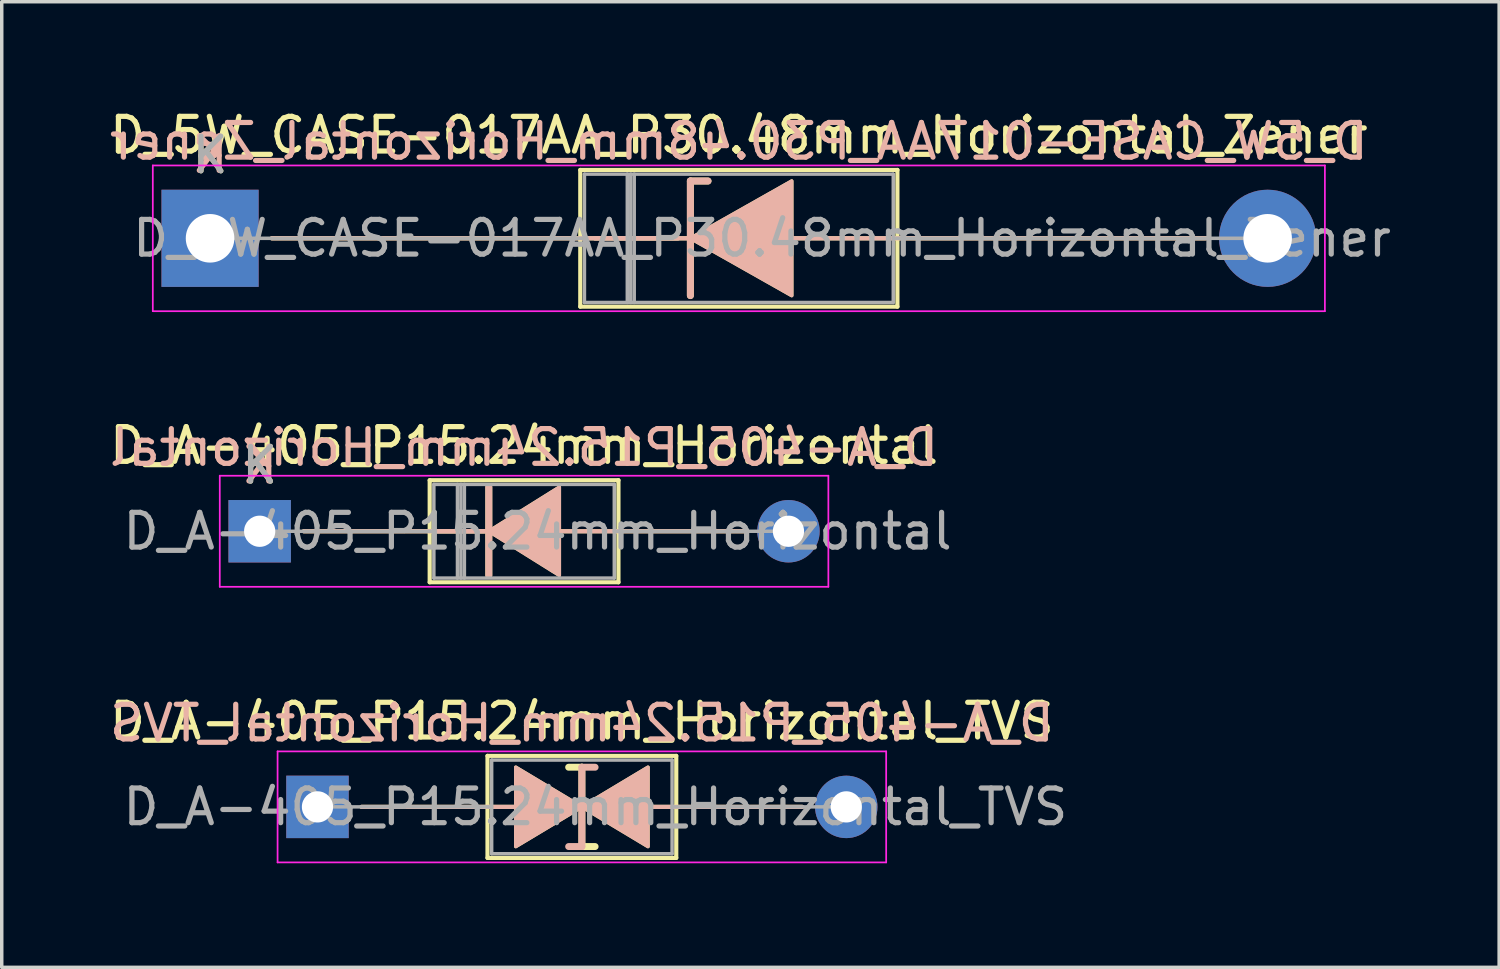
<source format=kicad_pcb>
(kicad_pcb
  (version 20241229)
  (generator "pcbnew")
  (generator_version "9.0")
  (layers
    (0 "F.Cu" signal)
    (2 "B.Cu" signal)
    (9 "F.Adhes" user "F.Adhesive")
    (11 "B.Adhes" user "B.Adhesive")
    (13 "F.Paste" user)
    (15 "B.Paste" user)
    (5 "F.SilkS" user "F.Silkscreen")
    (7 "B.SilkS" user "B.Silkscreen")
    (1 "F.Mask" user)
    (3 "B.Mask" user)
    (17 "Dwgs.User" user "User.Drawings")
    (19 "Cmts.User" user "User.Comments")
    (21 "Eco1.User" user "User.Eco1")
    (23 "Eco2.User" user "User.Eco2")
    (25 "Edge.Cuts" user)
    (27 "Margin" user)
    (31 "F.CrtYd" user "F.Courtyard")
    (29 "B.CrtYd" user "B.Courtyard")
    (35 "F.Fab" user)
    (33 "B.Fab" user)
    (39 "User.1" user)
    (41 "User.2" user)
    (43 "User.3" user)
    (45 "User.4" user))
  (footprint "D_5W_CASE-017AA_P30.48mm_Horizontal_Zener"
    (layer "F.Cu")
    (at 3.004 3.818)
    (property "Reference" "D_5W_CASE-017AA_P30.48mm_Horizontal_Zener" (at 15.24 -2.97 0) (layer "F.SilkS") (effects (font (size 1 1) (thickness 0.15))))
    (fp_line (start 1.778 0) (end 13.843 0) (stroke (width 0.12) (type solid)) (layer "F.SilkS"))
    (fp_line (start 10.67 -1.97) (end 10.67 1.97) (stroke (width 0.12) (type solid)) (layer "F.SilkS"))
    (fp_line (start 10.67 1.97) (end 19.81 1.97) (stroke (width 0.12) (type solid)) (layer "F.SilkS"))
    (fp_line (start 13.49 0) (end 11.09 0) (stroke (width 0.12) (type solid)) (layer "F.SilkS"))
    (fp_line (start 13.843 -1.651) (end 13.843 1.651) (stroke (width 0.2) (type solid)) (layer "F.SilkS"))
    (fp_line (start 13.843 -1.651) (end 14.351 -1.651) (stroke (width 0.2) (type solid)) (layer "F.SilkS"))
    (fp_line (start 19.81 -1.97) (end 10.67 -1.97) (stroke (width 0.12) (type solid)) (layer "F.SilkS"))
    (fp_line (start 19.81 1.97) (end 19.81 -1.97) (stroke (width 0.12) (type solid)) (layer "F.SilkS"))
    (fp_line (start 28.702 0) (end 16.51 0) (stroke (width 0.12) (type solid)) (layer "F.SilkS"))
    (fp_poly (pts (xy 16.764 1.651) (xy 13.843 0) (xy 16.764 -1.651)) (stroke (width 0.1) (type solid)) (fill yes) (layer "F.SilkS"))
    (fp_line (start 1.778 0) (end 13.843 0) (stroke (width 0.12) (type solid)) (layer "B.SilkS"))
    (fp_line (start 13.49 0) (end 11.09 0) (stroke (width 0.12) (type solid)) (layer "B.SilkS"))
    (fp_line (start 13.843 -1.651) (end 14.351 -1.651) (stroke (width 0.2) (type solid)) (layer "B.SilkS"))
    (fp_line (start 13.843 1.651) (end 13.843 -1.651) (stroke (width 0.2) (type solid)) (layer "B.SilkS"))
    (fp_line (start 28.702 0) (end 16.51 0) (stroke (width 0.12) (type solid)) (layer "B.SilkS"))
    (fp_poly (pts (xy 16.764 -1.651) (xy 13.843 0) (xy 16.764 1.651)) (stroke (width 0.1) (type solid)) (fill yes) (layer "B.SilkS"))
    (fp_line (start -1.65 -2.1) (end -1.65 2.1) (stroke (width 0.05) (type solid)) (layer "F.CrtYd"))
    (fp_line (start -1.65 2.1) (end 32.13 2.1) (stroke (width 0.05) (type solid)) (layer "F.CrtYd"))
    (fp_line (start 32.13 -2.1) (end -1.65 -2.1) (stroke (width 0.05) (type solid)) (layer "F.CrtYd"))
    (fp_line (start 32.13 2.1) (end 32.13 -2.1) (stroke (width 0.05) (type solid)) (layer "F.CrtYd"))
    (fp_line (start 0 0) (end 10.79 0) (stroke (width 0.1) (type solid)) (layer "F.Fab"))
    (fp_line (start 10.79 -1.85) (end 10.79 1.85) (stroke (width 0.1) (type solid)) (layer "F.Fab"))
    (fp_line (start 10.79 1.85) (end 19.69 1.85) (stroke (width 0.1) (type solid)) (layer "F.Fab"))
    (fp_line (start 12.025 -1.85) (end 12.025 1.85) (stroke (width 0.1) (type solid)) (layer "F.Fab"))
    (fp_line (start 12.125 -1.85) (end 12.125 1.85) (stroke (width 0.1) (type solid)) (layer "F.Fab"))
    (fp_line (start 12.225 -1.85) (end 12.225 1.85) (stroke (width 0.1) (type solid)) (layer "F.Fab"))
    (fp_line (start 19.69 -1.85) (end 10.79 -1.85) (stroke (width 0.1) (type solid)) (layer "F.Fab"))
    (fp_line (start 19.69 1.85) (end 19.69 -1.85) (stroke (width 0.1) (type solid)) (layer "F.Fab"))
    (fp_line (start 30.48 0) (end 19.69 0) (stroke (width 0.1) (type solid)) (layer "F.Fab"))
    (fp_text user "K" (at 0 -2.4 0) (layer "F.SilkS") (effects (font (size 1 1) (thickness 0.15))))
    (fp_text user "K" (at 0 -2.413 0) (layer "B.SilkS") (effects (font (size 1 1) (thickness 0.15)) (justify mirror)))
    (fp_text user "${REFERENCE}" (at 15.24 -2.794 0) (layer "B.SilkS") (effects (font (size 1 1) (thickness 0.15)) (justify mirror)))
    (fp_text user "${REFERENCE}" (at 15.908 0 0) (layer "F.Fab") (effects (font (size 1 1) (thickness 0.15))))
    (fp_text user "K" (at 0 -2.4 0) (layer "F.Fab") (effects (font (size 1 1) (thickness 0.15))))
    (pad "1" thru_hole rect (at 0 0) (size 2.8 2.8) (drill 1.4) (layers "*.Cu" "*.Mask"))
    (pad "2" thru_hole oval (at 30.48 0) (size 2.8 2.8) (drill 1.4) (layers "*.Cu" "*.Mask")))
  (footprint "D_A-405_P15.24mm_Horizontal"
    (layer "F.Cu")
    (at 4.434 12.261)
    (property "Reference" "D_A-405_P15.24mm_Horizontal" (at 7.62 -2.47 0) (layer "F.SilkS") (effects (font (size 1 1) (thickness 0.15))))
    (fp_line (start 1.27 0) (end 4.9 0) (stroke (width 0.12) (type solid)) (layer "F.SilkS"))
    (fp_line (start 4.9 -1.47) (end 4.9 1.47) (stroke (width 0.12) (type solid)) (layer "F.SilkS"))
    (fp_line (start 4.9 0) (end 6.604 0) (stroke (width 0.12) (type solid)) (layer "F.SilkS"))
    (fp_line (start 4.9 1.47) (end 10.34 1.47) (stroke (width 0.12) (type solid)) (layer "F.SilkS"))
    (fp_line (start 6.47 0) (end 5.07 0) (stroke (width 0.12) (type solid)) (layer "F.SilkS"))
    (fp_line (start 6.604 -1.27) (end 6.604 1.27) (stroke (width 0.2) (type solid)) (layer "F.SilkS"))
    (fp_line (start 10.34 -1.47) (end 4.9 -1.47) (stroke (width 0.12) (type solid)) (layer "F.SilkS"))
    (fp_line (start 10.34 0) (end 8.7 0) (stroke (width 0.12) (type solid)) (layer "F.SilkS"))
    (fp_line (start 10.34 1.47) (end 10.34 -1.47) (stroke (width 0.12) (type solid)) (layer "F.SilkS"))
    (fp_line (start 13.97 0) (end 10.34 0) (stroke (width 0.12) (type solid)) (layer "F.SilkS"))
    (fp_poly (pts (xy 8.636 1.27) (xy 6.604 0) (xy 8.636 -1.27)) (stroke (width 0.1) (type solid)) (fill yes) (layer "F.SilkS"))
    (fp_line (start 1.27 0) (end 4.9 0) (stroke (width 0.12) (type solid)) (layer "B.SilkS"))
    (fp_line (start 4.9 0) (end 6.604 0) (stroke (width 0.12) (type solid)) (layer "B.SilkS"))
    (fp_line (start 6.47 0) (end 5.07 0) (stroke (width 0.12) (type solid)) (layer "B.SilkS"))
    (fp_line (start 6.604 1.27) (end 6.604 -1.27) (stroke (width 0.2) (type solid)) (layer "B.SilkS"))
    (fp_line (start 10.34 0) (end 8.7 0) (stroke (width 0.12) (type solid)) (layer "B.SilkS"))
    (fp_line (start 13.97 0) (end 10.34 0) (stroke (width 0.12) (type solid)) (layer "B.SilkS"))
    (fp_poly (pts (xy 8.636 -1.27) (xy 6.604 0) (xy 8.636 1.27)) (stroke (width 0.1) (type solid)) (fill yes) (layer "B.SilkS"))
    (fp_line (start -1.15 -1.6) (end -1.15 1.6) (stroke (width 0.05) (type solid)) (layer "F.CrtYd"))
    (fp_line (start -1.15 1.6) (end 16.39 1.6) (stroke (width 0.05) (type solid)) (layer "F.CrtYd"))
    (fp_line (start 16.39 -1.6) (end -1.15 -1.6) (stroke (width 0.05) (type solid)) (layer "F.CrtYd"))
    (fp_line (start 16.39 1.6) (end 16.39 -1.6) (stroke (width 0.05) (type solid)) (layer "F.CrtYd"))
    (fp_line (start 0 0) (end 5.02 0) (stroke (width 0.1) (type solid)) (layer "F.Fab"))
    (fp_line (start 5.02 -1.35) (end 5.02 1.35) (stroke (width 0.1) (type solid)) (layer "F.Fab"))
    (fp_line (start 5.02 1.35) (end 10.22 1.35) (stroke (width 0.1) (type solid)) (layer "F.Fab"))
    (fp_line (start 5.7 -1.35) (end 5.7 1.35) (stroke (width 0.1) (type solid)) (layer "F.Fab"))
    (fp_line (start 5.8 -1.35) (end 5.8 1.35) (stroke (width 0.1) (type solid)) (layer "F.Fab"))
    (fp_line (start 5.9 -1.35) (end 5.9 1.35) (stroke (width 0.1) (type solid)) (layer "F.Fab"))
    (fp_line (start 10.22 -1.35) (end 5.02 -1.35) (stroke (width 0.1) (type solid)) (layer "F.Fab"))
    (fp_line (start 10.22 1.35) (end 10.22 -1.35) (stroke (width 0.1) (type solid)) (layer "F.Fab"))
    (fp_line (start 15.24 0) (end 10.22 0) (stroke (width 0.1) (type solid)) (layer "F.Fab"))
    (fp_text user "K" (at 0 -1.9 0) (layer "F.SilkS") (effects (font (size 1 1) (thickness 0.15))))
    (fp_text user "K" (at 0 -1.905 0) (layer "B.SilkS") (effects (font (size 1 1) (thickness 0.15)) (justify mirror)))
    (fp_text user "${REFERENCE}" (at 7.62 -2.413 0) (layer "B.SilkS") (effects (font (size 1 1) (thickness 0.15)) (justify mirror)))
    (fp_text user "${REFERENCE}" (at 8.01 0 0) (layer "F.Fab") (effects (font (size 1 1) (thickness 0.15))))
    (fp_text user "K" (at 0 -1.9 0) (layer "F.Fab") (effects (font (size 1 1) (thickness 0.15))))
    (pad "1" thru_hole rect (at 0 0) (size 1.8 1.8) (drill 0.9) (layers "*.Cu" "*.Mask"))
    (pad "2" thru_hole oval (at 15.24 0) (size 1.8 1.8) (drill 0.9) (layers "*.Cu" "*.Mask")))
  (footprint "D_A-405_P15.24mm_Horizontal_TVS"
    (layer "F.Cu")
    (at 6.1 20.205)
    (property "Reference" "D_A-405_P15.24mm_Horizontal_TVS" (at 7.62 -2.47 0) (layer "F.SilkS") (effects (font (size 1 1) (thickness 0.15))))
    (fp_line (start 1.27 0) (end 4.9 0) (stroke (width 0.12) (type solid)) (layer "F.SilkS"))
    (fp_line (start 4.9 -1.47) (end 4.9 1.47) (stroke (width 0.12) (type solid)) (layer "F.SilkS"))
    (fp_line (start 4.9 0) (end 5.715 0) (stroke (width 0.12) (type solid)) (layer "F.SilkS"))
    (fp_line (start 4.9 1.47) (end 10.34 1.47) (stroke (width 0.12) (type solid)) (layer "F.SilkS"))
    (fp_line (start 7.62 -1.143) (end 7.239 -1.143) (stroke (width 0.2) (type solid)) (layer "F.SilkS"))
    (fp_line (start 7.62 1.143) (end 7.62 -1.143) (stroke (width 0.2) (type solid)) (layer "F.SilkS"))
    (fp_line (start 8.001 1.143) (end 7.62 1.143) (stroke (width 0.2) (type solid)) (layer "F.SilkS"))
    (fp_line (start 10.34 -1.47) (end 4.9 -1.47) (stroke (width 0.12) (type solid)) (layer "F.SilkS"))
    (fp_line (start 10.34 0) (end 9.525 0) (stroke (width 0.12) (type solid)) (layer "F.SilkS"))
    (fp_line (start 10.34 1.47) (end 10.34 -1.47) (stroke (width 0.12) (type solid)) (layer "F.SilkS"))
    (fp_line (start 13.97 0) (end 10.34 0) (stroke (width 0.12) (type solid)) (layer "F.SilkS"))
    (fp_poly (pts (xy 7.62 0) (xy 5.715 1.143) (xy 5.715 -1.143)) (stroke (width 0.1) (type solid)) (fill yes) (layer "F.SilkS"))
    (fp_poly (pts (xy 7.62 0) (xy 9.525 -1.143) (xy 9.525 1.143)) (stroke (width 0.1) (type solid)) (fill yes) (layer "F.SilkS"))
    (fp_line (start 1.27 0) (end 4.9 0) (stroke (width 0.12) (type solid)) (layer "B.SilkS"))
    (fp_line (start 4.9 0) (end 5.715 0) (stroke (width 0.12) (type solid)) (layer "B.SilkS"))
    (fp_line (start 7.62 -1.143) (end 7.62 1.143) (stroke (width 0.2) (type solid)) (layer "B.SilkS"))
    (fp_line (start 7.62 1.143) (end 7.239 1.143) (stroke (width 0.2) (type solid)) (layer "B.SilkS"))
    (fp_line (start 8.001 -1.143) (end 7.62 -1.143) (stroke (width 0.2) (type solid)) (layer "B.SilkS"))
    (fp_line (start 10.34 0) (end 9.525 0) (stroke (width 0.12) (type solid)) (layer "B.SilkS"))
    (fp_line (start 13.97 0) (end 10.34 0) (stroke (width 0.12) (type solid)) (layer "B.SilkS"))
    (fp_poly (pts (xy 7.62 0) (xy 5.715 -1.143) (xy 5.715 1.143)) (stroke (width 0.1) (type solid)) (fill yes) (layer "B.SilkS"))
    (fp_poly (pts (xy 7.62 0) (xy 9.525 1.143) (xy 9.525 -1.143)) (stroke (width 0.1) (type solid)) (fill yes) (layer "B.SilkS"))
    (fp_line (start -1.15 -1.6) (end -1.15 1.6) (stroke (width 0.05) (type solid)) (layer "F.CrtYd"))
    (fp_line (start -1.15 1.6) (end 16.39 1.6) (stroke (width 0.05) (type solid)) (layer "F.CrtYd"))
    (fp_line (start 16.39 -1.6) (end -1.15 -1.6) (stroke (width 0.05) (type solid)) (layer "F.CrtYd"))
    (fp_line (start 16.39 1.6) (end 16.39 -1.6) (stroke (width 0.05) (type solid)) (layer "F.CrtYd"))
    (fp_line (start 0 0) (end 5.02 0) (stroke (width 0.1) (type solid)) (layer "F.Fab"))
    (fp_line (start 5.02 -1.35) (end 5.02 1.35) (stroke (width 0.1) (type solid)) (layer "F.Fab"))
    (fp_line (start 5.02 1.35) (end 10.22 1.35) (stroke (width 0.1) (type solid)) (layer "F.Fab"))
    (fp_line (start 10.22 -1.35) (end 5.02 -1.35) (stroke (width 0.1) (type solid)) (layer "F.Fab"))
    (fp_line (start 10.22 1.35) (end 10.22 -1.35) (stroke (width 0.1) (type solid)) (layer "F.Fab"))
    (fp_line (start 15.24 0) (end 10.22 0) (stroke (width 0.1) (type solid)) (layer "F.Fab"))
    (fp_text user "${REFERENCE}" (at 7.62 -2.413 0) (layer "B.SilkS") (effects (font (size 1 1) (thickness 0.15)) (justify mirror)))
    (fp_text user "${REFERENCE}" (at 8.01 0 0) (layer "F.Fab") (effects (font (size 1 1) (thickness 0.15))))
    (pad "1" thru_hole rect (at 0 0) (size 1.8 1.8) (drill 0.9) (layers "*.Cu" "*.Mask"))
    (pad "2" thru_hole oval (at 15.24 0) (size 1.8 1.8) (drill 0.9) (layers "*.Cu" "*.Mask")))
  (gr_rect
    (start -3 -3)
    (end 40.156 24.83)
    (stroke (width 0.1) (type default))
    (fill no)
    (layer "Edge.Cuts")))
</source>
